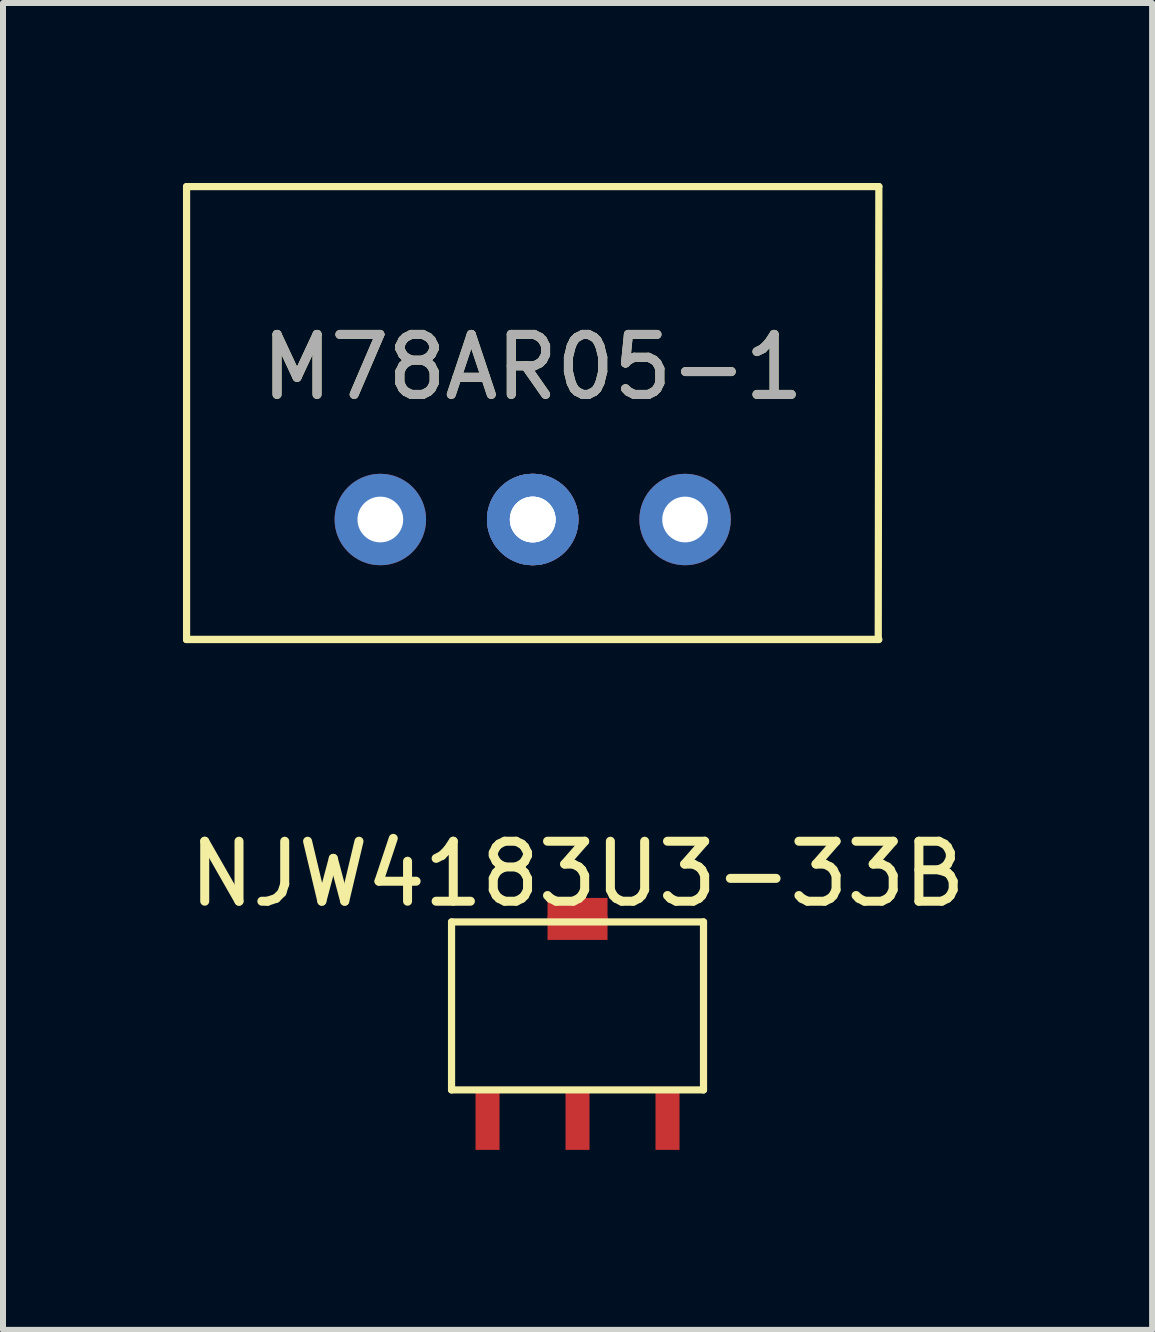
<source format=kicad_pcb>
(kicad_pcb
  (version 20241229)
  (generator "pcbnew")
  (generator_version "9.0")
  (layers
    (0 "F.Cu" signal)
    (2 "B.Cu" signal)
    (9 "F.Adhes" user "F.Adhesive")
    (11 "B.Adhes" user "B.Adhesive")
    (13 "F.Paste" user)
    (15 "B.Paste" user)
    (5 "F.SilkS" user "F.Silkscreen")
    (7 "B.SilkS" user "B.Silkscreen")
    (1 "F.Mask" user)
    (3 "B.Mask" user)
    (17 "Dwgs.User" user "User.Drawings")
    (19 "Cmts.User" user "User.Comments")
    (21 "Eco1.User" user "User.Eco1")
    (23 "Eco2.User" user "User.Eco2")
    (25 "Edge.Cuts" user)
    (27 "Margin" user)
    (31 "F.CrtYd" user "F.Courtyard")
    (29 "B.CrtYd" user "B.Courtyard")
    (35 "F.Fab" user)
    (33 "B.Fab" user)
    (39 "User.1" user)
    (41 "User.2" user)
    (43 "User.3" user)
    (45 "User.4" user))
  (footprint "M78AR05-1"
    (layer "F.Cu")
    (at 5.83 5.61)
    (property "Reference" "M78AR05-1" (at 0 -2.54 0) (unlocked yes) (layer "F.SilkS") (effects (font (size 1 1) (thickness 0.15))))
    (attr through_hole)
    (fp_line (start -5.77 -5.55) (end 5.77 -5.55) (stroke (width 0.12) (type solid)) (layer "F.SilkS"))
    (fp_line (start -5.77 2) (end -5.77 -5.55) (stroke (width 0.12) (type solid)) (layer "F.SilkS"))
    (fp_line (start -5.77 2) (end 5.77 2) (stroke (width 0.12) (type solid)) (layer "F.SilkS"))
    (fp_line (start 5.76 2) (end -5.77 2) (stroke (width 0.12) (type solid)) (layer "F.SilkS"))
    (fp_line (start 5.77 -5.55) (end 5.76 2) (stroke (width 0.12) (type solid)) (layer "F.SilkS"))
    (fp_text user "${REFERENCE}" (at 0 -2.54 0) (unlocked yes) (layer "F.Fab") (effects (font (size 1 1) (thickness 0.15))))
    (pad "1" thru_hole circle (at -2.54 0) (size 1.524 1.524) (drill 0.762) (layers "*.Cu" "*.Mask"))
    (pad "2" thru_hole circle (at 0 0) (size 1.524 1.524) (drill 0.762) (layers "*.Cu" "*.Mask"))
    (pad "3" thru_hole circle (at 2.54 0) (size 1.524 1.524) (drill 0.762) (layers "*.Cu" "*.Mask"))
    (pad "4" thru_hole circle (at 0 0) (size 1.524 1.524) (drill 0.762) (layers "*.Cu" "*.Mask"))
    (pad "5" thru_hole circle (at 0 0) (size 1.524 1.524) (drill 0.762) (layers "*.Cu" "*.Mask")))
  (footprint "NJW4183U3-33B"
    (layer "F.Cu")
    (at 6.577 15.118)
    (property "Reference" "NJW4183U3-33B" (at 0 -3.6 0) (unlocked yes) (layer "F.SilkS") (effects (font (size 1 1) (thickness 0.15))))
    (attr smd)
    (fp_line (start -2.1 -2.8) (end -2.1 0) (stroke (width 0.12) (type solid)) (layer "F.SilkS"))
    (fp_line (start -2.1 0) (end 2.1 0) (stroke (width 0.12) (type solid)) (layer "F.SilkS"))
    (fp_line (start 2.1 -2.8) (end -2.1 -2.8) (stroke (width 0.12) (type solid)) (layer "F.SilkS"))
    (fp_line (start 2.1 0) (end 2.1 -2.8) (stroke (width 0.12) (type solid)) (layer "F.SilkS"))
    (pad "1" smd rect (at 0 0.5) (size 0.4 1) (layers "F.Cu" "F.Mask" "F.Paste"))
    (pad "2" smd rect (at -1.5 0.5) (size 0.4 1) (layers "F.Cu" "F.Mask" "F.Paste"))
    (pad "3" smd rect (at 1.5 0.5) (size 0.4 1) (layers "F.Cu" "F.Mask" "F.Paste"))
    (pad "4" smd rect (at 0 -3 90) (size 0.4 1) (layers "F.Cu" "F.Mask" "F.Paste"))
    (pad "5" smd rect (at 0 -2.7 90) (size 0.4 1) (layers "F.Cu" "F.Mask" "F.Paste")))
  (gr_rect
    (start -3 -3)
    (end 16.155 19.118)
    (stroke (width 0.1) (type default))
    (fill no)
    (layer "Edge.Cuts")))
</source>
